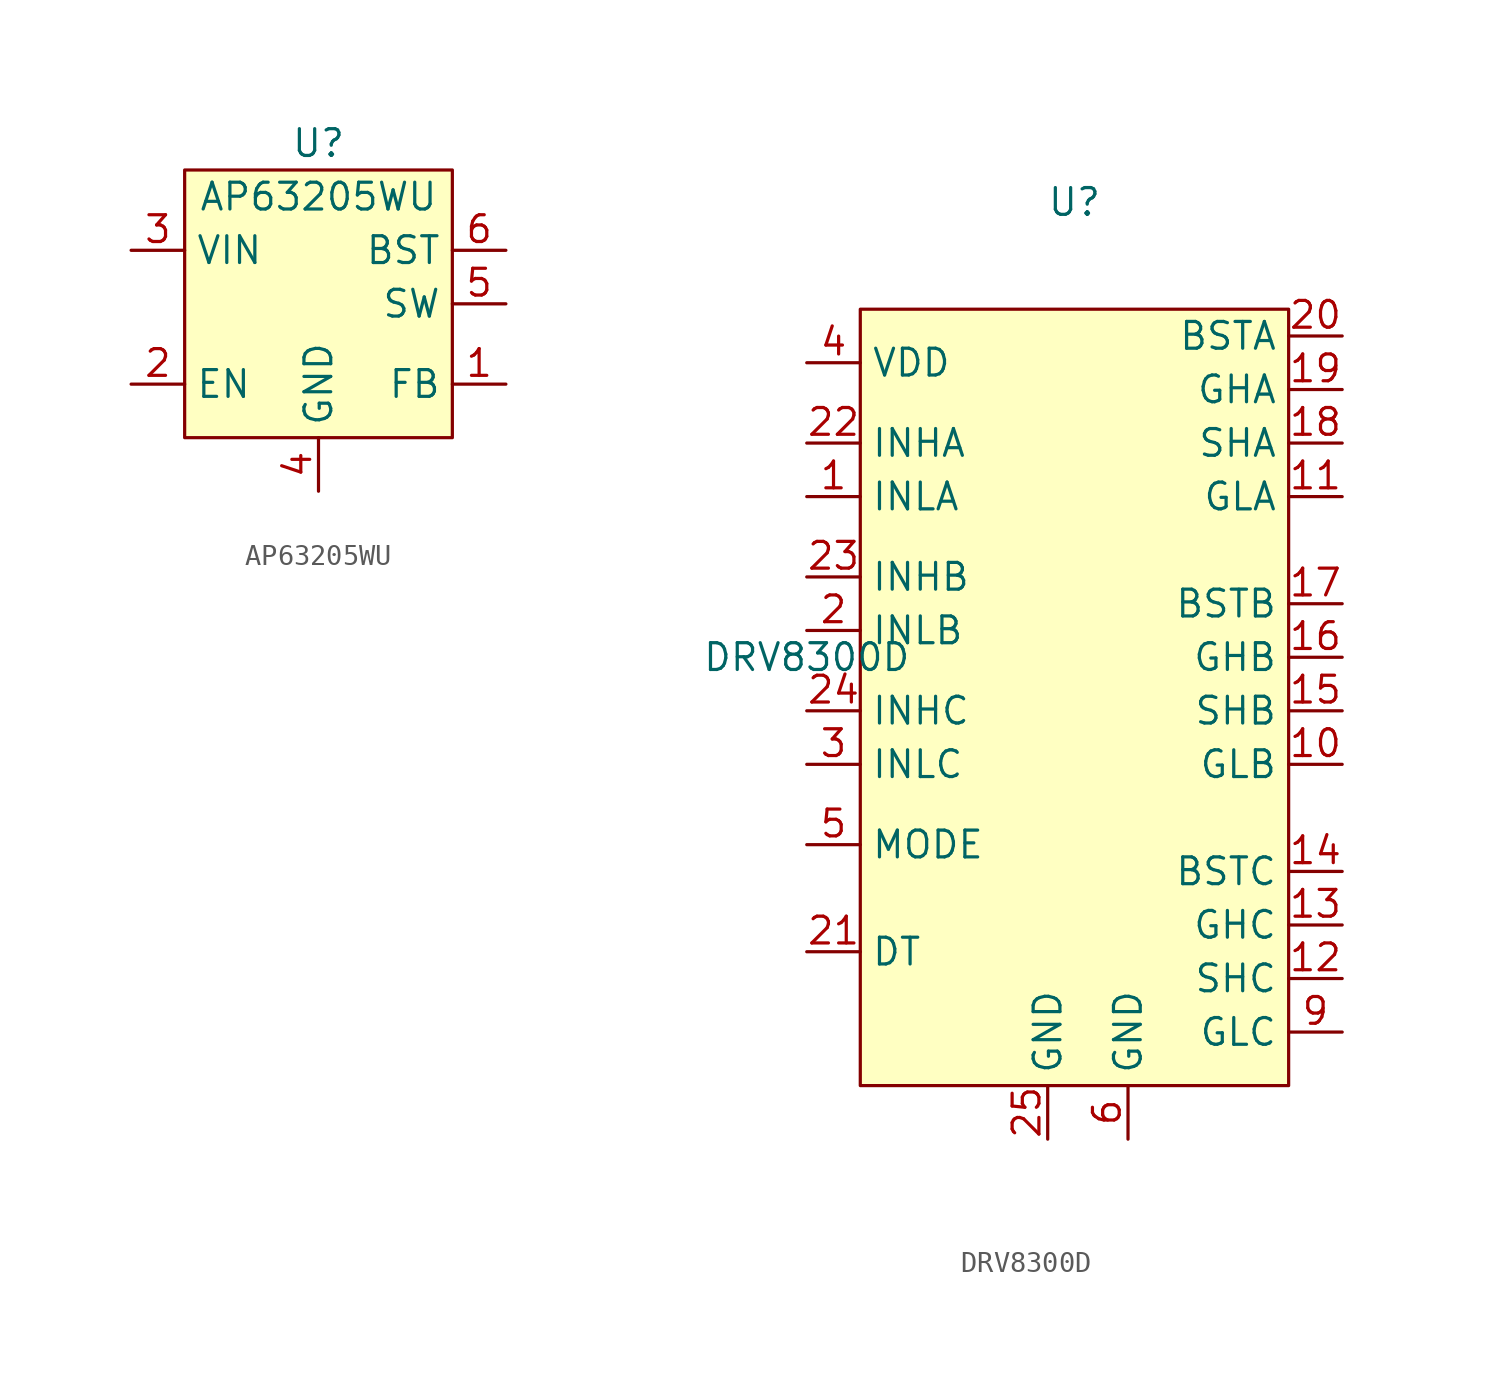
<source format=kicad_sym>
(kicad_symbol_lib
  (version 20220914)
  (generator kicad_symbol_editor)
  (symbol "AP63205WU"
    (property "Reference" "U"
      (at 0 6.35 0)
      (effects (font (size 1.27 1.27))))
    (property "Value" "AP63205WU"
      (at 0 3.81 0)
      (effects (font (size 1.27 1.27))))
    (symbol "AP63205WU_1_0"
      (pin input line (at 8.89 -5.08 180) (length 2.54) (name "FB" (effects (font (size 1.27 1.27)))) (number "1" (effects (font (size 1.27 1.27)))))
      (pin input line (at -8.89 -5.08 0) (length 2.54) (name "EN" (effects (font (size 1.27 1.27)))) (number "2" (effects (font (size 1.27 1.27)))))
      (pin power_in line (at -8.89 1.27 0) (length 2.54) (name "VIN" (effects (font (size 1.27 1.27)))) (number "3" (effects (font (size 1.27 1.27)))))
      (pin power_in line (at 0 -10.16 90) (length 2.54) (name "GND" (effects (font (size 1.27 1.27)))) (number "4" (effects (font (size 1.27 1.27)))))
      (pin power_out line (at 8.89 -1.27 180) (length 2.54) (name "SW" (effects (font (size 1.27 1.27)))) (number "5" (effects (font (size 1.27 1.27)))))
      (pin output line (at 8.89 1.27 180) (length 2.54) (name "BST" (effects (font (size 1.27 1.27)))) (number "6" (effects (font (size 1.27 1.27))))))
    (symbol "AP63205WU_1_1"
      (rectangle (start -6.35 5.08) (end 6.35 -7.62) (stroke (width 0) (type default)) (fill (type background)))))
  (symbol "DRV8300D"
    (property "Reference" "U"
      (at 0 21.59 0)
      (effects (font (size 1.27 1.27))))
    (property "Value" "DRV8300D"
      (at -12.7 0 0)
      (effects (font (size 1.27 1.27))))
    (symbol "DRV8300D_0_0"
      (pin input line (at -12.7 7.62 0) (length 2.54) (name "INLA" (effects (font (size 1.27 1.27)))) (number "1" (effects (font (size 1.27 1.27)))))
      (pin output line (at 12.7 -5.08 180) (length 2.54) (name "GLB" (effects (font (size 1.27 1.27)))) (number "10" (effects (font (size 1.27 1.27)))))
      (pin output line (at 12.7 7.62 180) (length 2.54) (name "GLA" (effects (font (size 1.27 1.27)))) (number "11" (effects (font (size 1.27 1.27)))))
      (pin input line (at 12.7 -15.24 180) (length 2.54) (name "SHC" (effects (font (size 1.27 1.27)))) (number "12" (effects (font (size 1.27 1.27)))))
      (pin output line (at 12.7 -12.7 180) (length 2.54) (name "GHC" (effects (font (size 1.27 1.27)))) (number "13" (effects (font (size 1.27 1.27)))))
      (pin output line (at 12.7 -10.16 180) (length 2.54) (name "BSTC" (effects (font (size 1.27 1.27)))) (number "14" (effects (font (size 1.27 1.27)))))
      (pin input line (at 12.7 -2.54 180) (length 2.54) (name "SHB" (effects (font (size 1.27 1.27)))) (number "15" (effects (font (size 1.27 1.27)))))
      (pin output line (at 12.7 0 180) (length 2.54) (name "GHB" (effects (font (size 1.27 1.27)))) (number "16" (effects (font (size 1.27 1.27)))))
      (pin output line (at 12.7 2.54 180) (length 2.54) (name "BSTB" (effects (font (size 1.27 1.27)))) (number "17" (effects (font (size 1.27 1.27)))))
      (pin input line (at 12.7 10.16 180) (length 2.54) (name "SHA" (effects (font (size 1.27 1.27)))) (number "18" (effects (font (size 1.27 1.27)))))
      (pin free line (at 12.7 12.7 180) (length 2.54) (name "GHA" (effects (font (size 1.27 1.27)))) (number "19" (effects (font (size 1.27 1.27)))))
      (pin input line (at -12.7 1.27 0) (length 2.54) (name "INLB" (effects (font (size 1.27 1.27)))) (number "2" (effects (font (size 1.27 1.27)))))
      (pin output line (at 12.7 15.24 180) (length 2.54) (name "BSTA" (effects (font (size 1.27 1.27)))) (number "20" (effects (font (size 1.27 1.27)))))
      (pin input line (at -12.7 -13.97 0) (length 2.54) (name "DT" (effects (font (size 1.27 1.27)))) (number "21" (effects (font (size 1.27 1.27)))))
      (pin input line (at -12.7 10.16 0) (length 2.54) (name "INHA" (effects (font (size 1.27 1.27)))) (number "22" (effects (font (size 1.27 1.27)))))
      (pin input line (at -12.7 3.81 0) (length 2.54) (name "INHB" (effects (font (size 1.27 1.27)))) (number "23" (effects (font (size 1.27 1.27)))))
      (pin input line (at -12.7 -2.54 0) (length 2.54) (name "INHC" (effects (font (size 1.27 1.27)))) (number "24" (effects (font (size 1.27 1.27)))))
      (pin power_in line (at -1.27 -22.86 90) (length 2.54) (name "GND" (effects (font (size 1.27 1.27)))) (number "25" (effects (font (size 1.27 1.27)))))
      (pin input line (at -12.7 -5.08 0) (length 2.54) (name "INLC" (effects (font (size 1.27 1.27)))) (number "3" (effects (font (size 1.27 1.27)))))
      (pin power_in line (at -12.7 13.97 0) (length 2.54) (name "VDD" (effects (font (size 1.27 1.27)))) (number "4" (effects (font (size 1.27 1.27)))))
      (pin input line (at -12.7 -8.89 0) (length 2.54) (name "MODE" (effects (font (size 1.27 1.27)))) (number "5" (effects (font (size 1.27 1.27)))))
      (pin power_in line (at 2.54 -22.86 90) (length 2.54) (name "GND" (effects (font (size 1.27 1.27)))) (number "6" (effects (font (size 1.27 1.27)))))
      (pin output line (at 12.7 -17.78 180) (length 2.54) (name "GLC" (effects (font (size 1.27 1.27)))) (number "9" (effects (font (size 1.27 1.27))))))
    (symbol "DRV8300D_1_0"
      (pin no_connect line (at -1.27 2.54 90) (length 2.54) hide (name "NC" (effects (font (size 1.27 1.27)))) (number "7" (effects (font (size 1.27 1.27)))))
      (pin no_connect line (at 1.27 2.54 90) (length 2.54) hide (name "NC" (effects (font (size 1.27 1.27)))) (number "8" (effects (font (size 1.27 1.27))))))
    (symbol "DRV8300D_1_1"
      (rectangle (start -10.16 16.51) (end 10.16 -20.32) (stroke (width 0) (type default)) (fill (type background))))))
</source>
